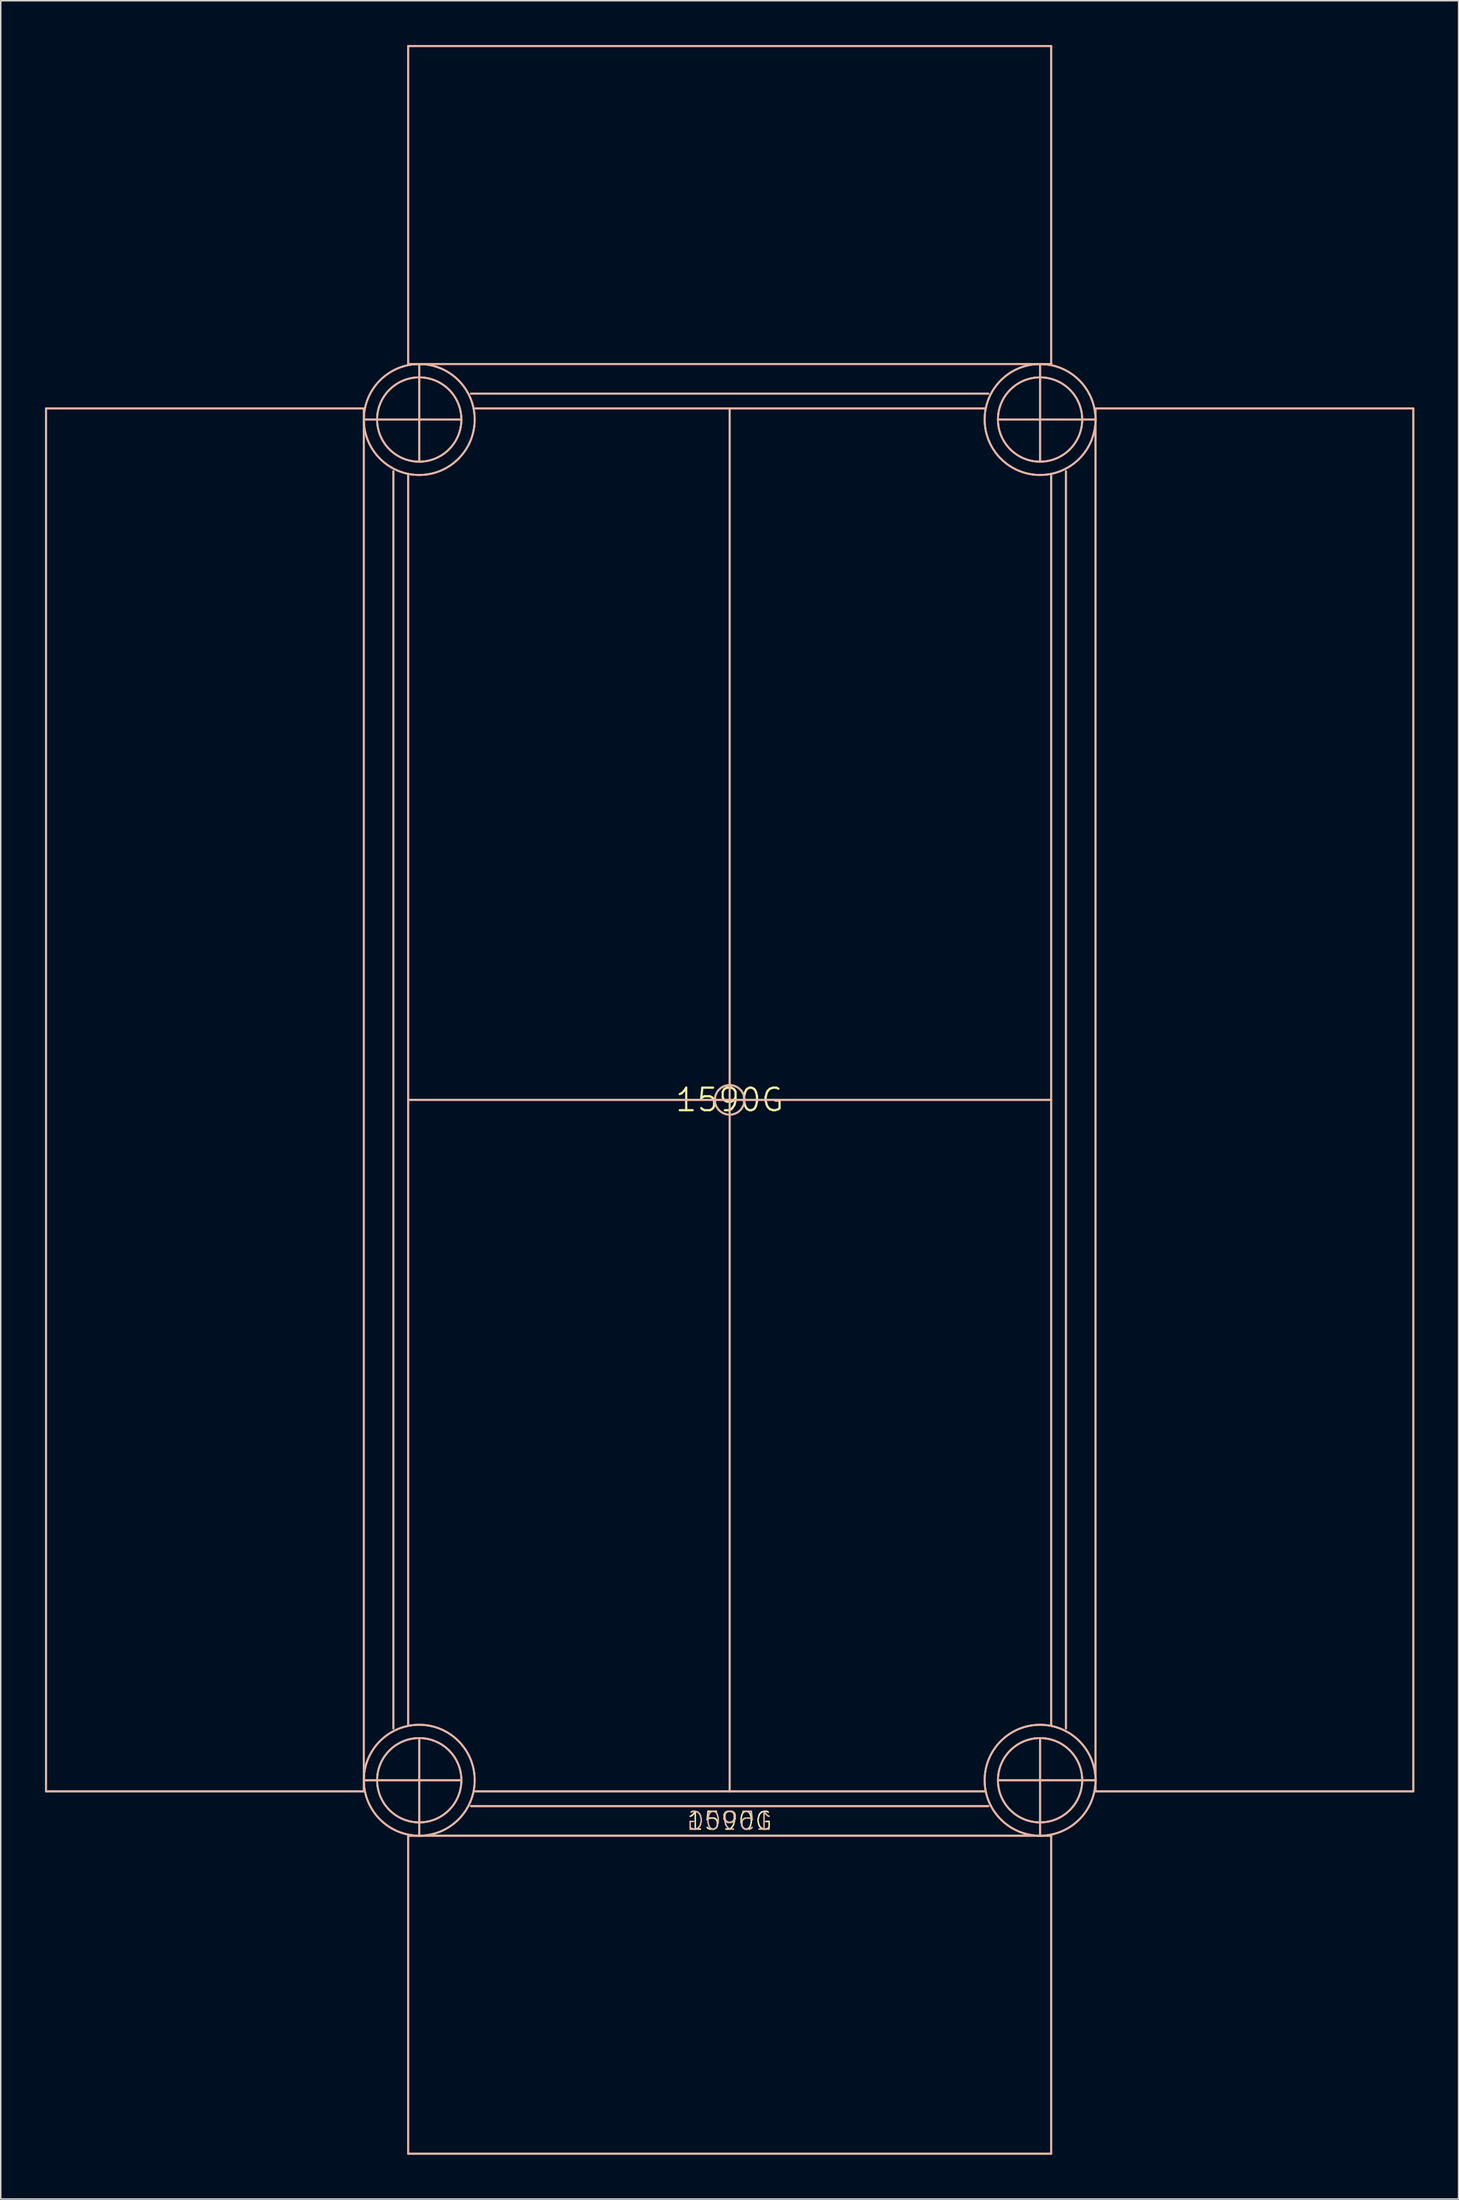
<source format=kicad_pcb>
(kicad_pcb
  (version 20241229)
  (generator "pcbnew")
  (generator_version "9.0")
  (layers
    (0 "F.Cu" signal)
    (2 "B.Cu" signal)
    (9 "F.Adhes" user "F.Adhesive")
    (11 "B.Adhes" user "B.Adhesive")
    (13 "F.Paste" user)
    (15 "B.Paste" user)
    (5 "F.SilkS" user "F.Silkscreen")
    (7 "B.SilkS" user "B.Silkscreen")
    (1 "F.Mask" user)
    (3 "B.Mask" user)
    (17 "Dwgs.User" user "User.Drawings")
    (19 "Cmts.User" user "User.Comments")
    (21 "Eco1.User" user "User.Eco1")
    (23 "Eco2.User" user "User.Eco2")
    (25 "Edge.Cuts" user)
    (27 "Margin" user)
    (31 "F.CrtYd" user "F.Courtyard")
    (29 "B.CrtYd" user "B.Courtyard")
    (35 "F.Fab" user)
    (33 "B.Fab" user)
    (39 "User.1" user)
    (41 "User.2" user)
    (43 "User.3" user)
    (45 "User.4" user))
  (footprint "1590G"
    (layer "F.Cu")
    (at 46.313 71.314)
    (property "Reference" "1590G" (at 0 0 0) (layer "F.SilkS") (effects (font (size 1.524 1.524) (thickness 0.15))))
    (attr through_hole)
    (fp_line (start -46.25 -46.75) (end -24.75 -46.75) (stroke (width 0.127) (type solid)) (layer "F.SilkS"))
    (fp_line (start -46.25 46.75) (end -46.25 -46.75) (stroke (width 0.127) (type solid)) (layer "F.SilkS"))
    (fp_line (start -46.25 46.75) (end -24.75 46.75) (stroke (width 0.127) (type solid)) (layer "F.SilkS"))
    (fp_line (start -24.75 -46.75) (end -24.75 -46) (stroke (width 0.127) (type solid)) (layer "F.SilkS"))
    (fp_line (start -24.75 -46) (end -24.75 46) (stroke (width 0.127) (type solid)) (layer "F.SilkS"))
    (fp_line (start -24.75 -46) (end -18.25 -46) (stroke (width 0.127) (type solid)) (layer "F.SilkS"))
    (fp_line (start -24.75 46) (end -24.75 46.75) (stroke (width 0.127) (type solid)) (layer "F.SilkS"))
    (fp_line (start -22.75 -42.5) (end -22.75 42.5) (stroke (width 0.127) (type solid)) (layer "F.SilkS"))
    (fp_line (start -21.75 -71.25) (end -21.75 -49.75) (stroke (width 0.127) (type solid)) (layer "F.SilkS"))
    (fp_line (start -21.75 -49.75) (end -21 -49.75) (stroke (width 0.127) (type solid)) (layer "F.SilkS"))
    (fp_line (start -21.75 0) (end -21.75 -42.25) (stroke (width 0.127) (type solid)) (layer "F.SilkS"))
    (fp_line (start -21.75 0) (end -21.75 42.25) (stroke (width 0.127) (type solid)) (layer "F.SilkS"))
    (fp_line (start -21.75 0) (end 0 0) (stroke (width 0.127) (type solid)) (layer "F.SilkS"))
    (fp_line (start -21.75 49.75) (end -21 49.75) (stroke (width 0.127) (type solid)) (layer "F.SilkS"))
    (fp_line (start -21.75 71.25) (end -21.75 49.75) (stroke (width 0.127) (type solid)) (layer "F.SilkS"))
    (fp_line (start -21 -49.75) (end 21 -49.75) (stroke (width 0.127) (type solid)) (layer "F.SilkS"))
    (fp_line (start -21 -43.25) (end -21 -49.75) (stroke (width 0.127) (type solid)) (layer "F.SilkS"))
    (fp_line (start -21 49.75) (end -21 43.25) (stroke (width 0.127) (type solid)) (layer "F.SilkS"))
    (fp_line (start -21 49.75) (end 21 49.75) (stroke (width 0.127) (type solid)) (layer "F.SilkS"))
    (fp_line (start -18.25 46) (end -24.75 46) (stroke (width 0.127) (type solid)) (layer "F.SilkS"))
    (fp_line (start -17.5 -47.75) (end 17.5 -47.75) (stroke (width 0.127) (type solid)) (layer "F.SilkS"))
    (fp_line (start -17.5 47.75) (end 17.5 47.75) (stroke (width 0.127) (type solid)) (layer "F.SilkS"))
    (fp_line (start 0 -46.75) (end -17.25 -46.75) (stroke (width 0.127) (type solid)) (layer "F.SilkS"))
    (fp_line (start 0 -46.75) (end 17.25 -46.75) (stroke (width 0.127) (type solid)) (layer "F.SilkS"))
    (fp_line (start 0 0) (end 0 -46.75) (stroke (width 0.127) (type solid)) (layer "F.SilkS"))
    (fp_line (start 0 0) (end 0 46.75) (stroke (width 0.127) (type solid)) (layer "F.SilkS"))
    (fp_line (start 0 46.75) (end -17.25 46.75) (stroke (width 0.127) (type solid)) (layer "F.SilkS"))
    (fp_line (start 0 46.75) (end 17.25 46.75) (stroke (width 0.127) (type solid)) (layer "F.SilkS"))
    (fp_line (start 21 -49.75) (end 21.75 -49.75) (stroke (width 0.127) (type solid)) (layer "F.SilkS"))
    (fp_line (start 21 -43.25) (end 21 -49.75) (stroke (width 0.127) (type solid)) (layer "F.SilkS"))
    (fp_line (start 21 49.75) (end 21 43.25) (stroke (width 0.127) (type solid)) (layer "F.SilkS"))
    (fp_line (start 21 49.75) (end 21.75 49.75) (stroke (width 0.127) (type solid)) (layer "F.SilkS"))
    (fp_line (start 21.75 -71.25) (end -21.75 -71.25) (stroke (width 0.127) (type solid)) (layer "F.SilkS"))
    (fp_line (start 21.75 -71.25) (end 21.75 -49.75) (stroke (width 0.127) (type solid)) (layer "F.SilkS"))
    (fp_line (start 21.75 0) (end 0 0) (stroke (width 0.127) (type solid)) (layer "F.SilkS"))
    (fp_line (start 21.75 0) (end 21.75 -42.25) (stroke (width 0.127) (type solid)) (layer "F.SilkS"))
    (fp_line (start 21.75 0) (end 21.75 42.25) (stroke (width 0.127) (type solid)) (layer "F.SilkS"))
    (fp_line (start 21.75 71.25) (end -21.75 71.25) (stroke (width 0.127) (type solid)) (layer "F.SilkS"))
    (fp_line (start 21.75 71.25) (end 21.75 49.75) (stroke (width 0.127) (type solid)) (layer "F.SilkS"))
    (fp_line (start 22.75 -42.5) (end 22.75 42.5) (stroke (width 0.127) (type solid)) (layer "F.SilkS"))
    (fp_line (start 24.75 -46.75) (end 24.75 -46) (stroke (width 0.127) (type solid)) (layer "F.SilkS"))
    (fp_line (start 24.75 -46) (end 18.25 -46) (stroke (width 0.127) (type solid)) (layer "F.SilkS"))
    (fp_line (start 24.75 -46) (end 24.75 46) (stroke (width 0.127) (type solid)) (layer "F.SilkS"))
    (fp_line (start 24.75 46) (end 18.25 46) (stroke (width 0.127) (type solid)) (layer "F.SilkS"))
    (fp_line (start 24.75 46) (end 24.75 46.75) (stroke (width 0.127) (type solid)) (layer "F.SilkS"))
    (fp_line (start 46.25 -46.75) (end 24.75 -46.75) (stroke (width 0.127) (type solid)) (layer "F.SilkS"))
    (fp_line (start 46.25 46.75) (end 24.75 46.75) (stroke (width 0.127) (type solid)) (layer "F.SilkS"))
    (fp_line (start 46.25 46.75) (end 46.25 -46.75) (stroke (width 0.127) (type solid)) (layer "F.SilkS"))
    (fp_circle (center -21 -46) (end -18.15 -46) (stroke (width 0.127) (type solid)) (fill no) (layer "F.SilkS"))
    (fp_circle (center -21 -46) (end -17.25 -46) (stroke (width 0.127) (type solid)) (fill no) (layer "F.SilkS"))
    (fp_circle (center -21 46) (end -18.15 46) (stroke (width 0.127) (type solid)) (fill no) (layer "F.SilkS"))
    (fp_circle (center -21 46) (end -17.25 46) (stroke (width 0.127) (type solid)) (fill no) (layer "F.SilkS"))
    (fp_circle (center 0 0) (end 1 0) (stroke (width 0.127) (type solid)) (fill no) (layer "F.SilkS"))
    (fp_circle (center 21 -46) (end 23.85 -46) (stroke (width 0.127) (type solid)) (fill no) (layer "F.SilkS"))
    (fp_circle (center 21 -46) (end 24.75 -46) (stroke (width 0.127) (type solid)) (fill no) (layer "F.SilkS"))
    (fp_circle (center 21 46) (end 23.85 46) (stroke (width 0.127) (type solid)) (fill no) (layer "F.SilkS"))
    (fp_circle (center 21 46) (end 24.75 46) (stroke (width 0.127) (type solid)) (fill no) (layer "F.SilkS"))
    (fp_line (start -46.25 -46.75) (end -24.75 -46.75) (stroke (width 0.127) (type solid)) (layer "B.SilkS"))
    (fp_line (start -46.25 46.75) (end -46.25 -46.75) (stroke (width 0.127) (type solid)) (layer "B.SilkS"))
    (fp_line (start -46.25 46.75) (end -24.75 46.75) (stroke (width 0.127) (type solid)) (layer "B.SilkS"))
    (fp_line (start -24.75 -46.75) (end -24.75 -46) (stroke (width 0.127) (type solid)) (layer "B.SilkS"))
    (fp_line (start -24.75 -46) (end -24.75 46) (stroke (width 0.127) (type solid)) (layer "B.SilkS"))
    (fp_line (start -24.75 -46) (end -18.25 -46) (stroke (width 0.127) (type solid)) (layer "B.SilkS"))
    (fp_line (start -24.75 46) (end -24.75 46.75) (stroke (width 0.127) (type solid)) (layer "B.SilkS"))
    (fp_line (start -24.75 46) (end -18.25 46) (stroke (width 0.127) (type solid)) (layer "B.SilkS"))
    (fp_line (start -22.75 -42.5) (end -22.75 42.5) (stroke (width 0.127) (type solid)) (layer "B.SilkS"))
    (fp_line (start -21.75 -71.25) (end -21.75 -49.75) (stroke (width 0.127) (type solid)) (layer "B.SilkS"))
    (fp_line (start -21.75 -71.25) (end 21.75 -71.25) (stroke (width 0.127) (type solid)) (layer "B.SilkS"))
    (fp_line (start -21.75 0) (end -21.75 -42.25) (stroke (width 0.127) (type solid)) (layer "B.SilkS"))
    (fp_line (start -21.75 0) (end -21.75 42.25) (stroke (width 0.127) (type solid)) (layer "B.SilkS"))
    (fp_line (start -21.75 0) (end 0 0) (stroke (width 0.127) (type solid)) (layer "B.SilkS"))
    (fp_line (start -21.75 71.25) (end -21.75 49.75) (stroke (width 0.127) (type solid)) (layer "B.SilkS"))
    (fp_line (start -21.75 71.25) (end 21.75 71.25) (stroke (width 0.127) (type solid)) (layer "B.SilkS"))
    (fp_line (start -21 -49.75) (end -21.75 -49.75) (stroke (width 0.127) (type solid)) (layer "B.SilkS"))
    (fp_line (start -21 -43.25) (end -21 -49.75) (stroke (width 0.127) (type solid)) (layer "B.SilkS"))
    (fp_line (start -21 49.75) (end -21.75 49.75) (stroke (width 0.127) (type solid)) (layer "B.SilkS"))
    (fp_line (start -21 49.75) (end -21 43.25) (stroke (width 0.127) (type solid)) (layer "B.SilkS"))
    (fp_line (start 0 -46.75) (end -17.25 -46.75) (stroke (width 0.127) (type solid)) (layer "B.SilkS"))
    (fp_line (start 0 -46.75) (end 17.25 -46.75) (stroke (width 0.127) (type solid)) (layer "B.SilkS"))
    (fp_line (start 0 0) (end 0 -46.75) (stroke (width 0.127) (type solid)) (layer "B.SilkS"))
    (fp_line (start 0 0) (end 0 46.75) (stroke (width 0.127) (type solid)) (layer "B.SilkS"))
    (fp_line (start 0 46.75) (end -17.25 46.75) (stroke (width 0.127) (type solid)) (layer "B.SilkS"))
    (fp_line (start 0 46.75) (end 17.25 46.75) (stroke (width 0.127) (type solid)) (layer "B.SilkS"))
    (fp_line (start 17.5 -47.75) (end -17.5 -47.75) (stroke (width 0.127) (type solid)) (layer "B.SilkS"))
    (fp_line (start 17.5 47.75) (end -17.5 47.75) (stroke (width 0.127) (type solid)) (layer "B.SilkS"))
    (fp_line (start 18.25 46) (end 24.75 46) (stroke (width 0.127) (type solid)) (layer "B.SilkS"))
    (fp_line (start 21 -49.75) (end -21 -49.75) (stroke (width 0.127) (type solid)) (layer "B.SilkS"))
    (fp_line (start 21 -43.25) (end 21 -49.75) (stroke (width 0.127) (type solid)) (layer "B.SilkS"))
    (fp_line (start 21 49.75) (end -21 49.75) (stroke (width 0.127) (type solid)) (layer "B.SilkS"))
    (fp_line (start 21 49.75) (end 21 43.25) (stroke (width 0.127) (type solid)) (layer "B.SilkS"))
    (fp_line (start 21.75 -71.25) (end 21.75 -49.75) (stroke (width 0.127) (type solid)) (layer "B.SilkS"))
    (fp_line (start 21.75 -49.75) (end 21 -49.75) (stroke (width 0.127) (type solid)) (layer "B.SilkS"))
    (fp_line (start 21.75 0) (end 0 0) (stroke (width 0.127) (type solid)) (layer "B.SilkS"))
    (fp_line (start 21.75 0) (end 21.75 -42.25) (stroke (width 0.127) (type solid)) (layer "B.SilkS"))
    (fp_line (start 21.75 0) (end 21.75 42.25) (stroke (width 0.127) (type solid)) (layer "B.SilkS"))
    (fp_line (start 21.75 49.75) (end 21 49.75) (stroke (width 0.127) (type solid)) (layer "B.SilkS"))
    (fp_line (start 21.75 71.25) (end 21.75 49.75) (stroke (width 0.127) (type solid)) (layer "B.SilkS"))
    (fp_line (start 22.75 -42.5) (end 22.75 42.5) (stroke (width 0.127) (type solid)) (layer "B.SilkS"))
    (fp_line (start 24.75 -46.75) (end 24.75 -46) (stroke (width 0.127) (type solid)) (layer "B.SilkS"))
    (fp_line (start 24.75 -46) (end 18.25 -46) (stroke (width 0.127) (type solid)) (layer "B.SilkS"))
    (fp_line (start 24.75 -46) (end 24.75 46) (stroke (width 0.127) (type solid)) (layer "B.SilkS"))
    (fp_line (start 24.75 46) (end 24.75 46.75) (stroke (width 0.127) (type solid)) (layer "B.SilkS"))
    (fp_line (start 46.25 -46.75) (end 24.75 -46.75) (stroke (width 0.127) (type solid)) (layer "B.SilkS"))
    (fp_line (start 46.25 46.75) (end 24.75 46.75) (stroke (width 0.127) (type solid)) (layer "B.SilkS"))
    (fp_line (start 46.25 46.75) (end 46.25 -46.75) (stroke (width 0.127) (type solid)) (layer "B.SilkS"))
    (fp_circle (center -21 -46) (end -18.15 -46) (stroke (width 0.127) (type solid)) (fill no) (layer "B.SilkS"))
    (fp_circle (center -21 -46) (end -17.25 -46) (stroke (width 0.127) (type solid)) (fill no) (layer "B.SilkS"))
    (fp_circle (center -21 46) (end -18.15 46) (stroke (width 0.127) (type solid)) (fill no) (layer "B.SilkS"))
    (fp_circle (center -21 46) (end -17.25 46) (stroke (width 0.127) (type solid)) (fill no) (layer "B.SilkS"))
    (fp_circle (center 0 0) (end 1 0) (stroke (width 0.127) (type solid)) (fill no) (layer "B.SilkS"))
    (fp_circle (center 21 -46) (end 23.85 -46) (stroke (width 0.127) (type solid)) (fill no) (layer "B.SilkS"))
    (fp_circle (center 21 -46) (end 24.75 -46) (stroke (width 0.127) (type solid)) (fill no) (layer "B.SilkS"))
    (fp_circle (center 21 46) (end 23.85 46) (stroke (width 0.127) (type solid)) (fill no) (layer "B.SilkS"))
    (fp_circle (center 21 46) (end 24.75 46) (stroke (width 0.127) (type solid)) (fill no) (layer "B.SilkS"))
    (fp_text user "1590G" (at 0 48.75 0) (layer "F.SilkS") (effects (font (size 1.206 1.206) (thickness 0.102))))
    (fp_text user "1590G" (at 0 48.75 0) (layer "B.SilkS") (effects (font (size 1.206 1.206) (thickness 0.102)) (justify mirror))))
  (gr_rect
    (start -3 -3)
    (end 95.627 145.627)
    (stroke (width 0.1) (type default))
    (fill no)
    (layer "Edge.Cuts")))
</source>
